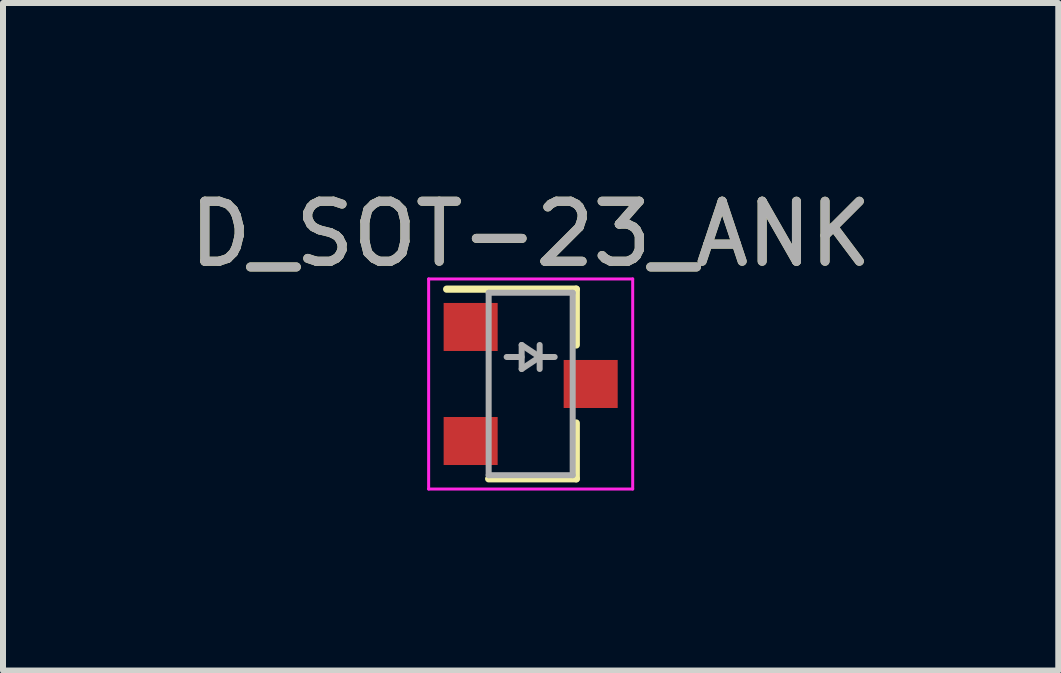
<source format=kicad_pcb>
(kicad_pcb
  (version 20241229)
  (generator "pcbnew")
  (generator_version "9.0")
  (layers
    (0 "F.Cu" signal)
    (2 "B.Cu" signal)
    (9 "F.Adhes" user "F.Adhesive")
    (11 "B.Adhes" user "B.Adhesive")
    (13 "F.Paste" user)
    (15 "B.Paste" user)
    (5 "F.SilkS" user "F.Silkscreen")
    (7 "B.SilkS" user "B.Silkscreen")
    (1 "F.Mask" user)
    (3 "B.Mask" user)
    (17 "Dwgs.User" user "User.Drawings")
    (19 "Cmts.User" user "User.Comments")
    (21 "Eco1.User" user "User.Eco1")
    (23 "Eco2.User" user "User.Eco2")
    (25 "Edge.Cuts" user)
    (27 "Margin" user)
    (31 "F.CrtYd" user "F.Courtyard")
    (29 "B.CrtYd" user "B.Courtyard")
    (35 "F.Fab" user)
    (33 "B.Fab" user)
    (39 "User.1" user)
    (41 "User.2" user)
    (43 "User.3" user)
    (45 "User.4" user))
  (footprint "D_SOT-23_ANK"
    (layer "F.Cu")
    (at 5.792 3.348)
    (property "Reference" "D_SOT-23_ANK" (at 0 -2.5 0) (layer "F.SilkS") (effects (font (size 1 1) (thickness 0.15))))
    (attr smd)
    (fp_line (start 0.76 -1.58) (end -1.4 -1.58) (stroke (width 0.12) (type solid)) (layer "F.SilkS"))
    (fp_line (start 0.76 -1.58) (end 0.76 -0.65) (stroke (width 0.12) (type solid)) (layer "F.SilkS"))
    (fp_line (start 0.76 1.58) (end -0.7 1.58) (stroke (width 0.12) (type solid)) (layer "F.SilkS"))
    (fp_line (start 0.76 1.58) (end 0.76 0.65) (stroke (width 0.12) (type solid)) (layer "F.SilkS"))
    (fp_line (start -1.7 -1.75) (end 1.7 -1.75) (stroke (width 0.05) (type solid)) (layer "F.CrtYd"))
    (fp_line (start -1.7 1.75) (end -1.7 -1.75) (stroke (width 0.05) (type solid)) (layer "F.CrtYd"))
    (fp_line (start 1.7 -1.75) (end 1.7 1.75) (stroke (width 0.05) (type solid)) (layer "F.CrtYd"))
    (fp_line (start 1.7 1.75) (end -1.7 1.75) (stroke (width 0.05) (type solid)) (layer "F.CrtYd"))
    (fp_line (start -0.7 -1.52) (end -0.7 1.52) (stroke (width 0.1) (type solid)) (layer "F.Fab"))
    (fp_line (start -0.7 -1.52) (end 0.7 -1.52) (stroke (width 0.1) (type solid)) (layer "F.Fab"))
    (fp_line (start -0.7 1.52) (end 0.7 1.52) (stroke (width 0.1) (type solid)) (layer "F.Fab"))
    (fp_line (start -0.15 -0.65) (end -0.15 -0.25) (stroke (width 0.1) (type solid)) (layer "F.Fab"))
    (fp_line (start -0.15 -0.45) (end -0.4 -0.45) (stroke (width 0.1) (type solid)) (layer "F.Fab"))
    (fp_line (start -0.15 -0.25) (end 0.15 -0.45) (stroke (width 0.1) (type solid)) (layer "F.Fab"))
    (fp_line (start 0.15 -0.65) (end 0.15 -0.25) (stroke (width 0.1) (type solid)) (layer "F.Fab"))
    (fp_line (start 0.15 -0.45) (end -0.15 -0.65) (stroke (width 0.1) (type solid)) (layer "F.Fab"))
    (fp_line (start 0.15 -0.45) (end 0.4 -0.45) (stroke (width 0.1) (type solid)) (layer "F.Fab"))
    (fp_line (start 0.7 -1.52) (end 0.7 1.52) (stroke (width 0.1) (type solid)) (layer "F.Fab"))
    (fp_text user "${REFERENCE}" (at 0 -2.5 0) (layer "F.Fab") (effects (font (size 1 1) (thickness 0.15))))
    (pad "" smd rect (at -1 0.95) (size 0.9 0.8) (layers "F.Cu" "F.Mask" "F.Paste"))
    (pad "1" smd rect (at 1 0) (size 0.9 0.8) (layers "F.Cu" "F.Mask" "F.Paste"))
    (pad "2" smd rect (at -1 -0.95) (size 0.9 0.8) (layers "F.Cu" "F.Mask" "F.Paste")))
  (gr_rect
    (start -3 -3)
    (end 14.583 8.123)
    (stroke (width 0.1) (type default))
    (fill no)
    (layer "Edge.Cuts")))
</source>
